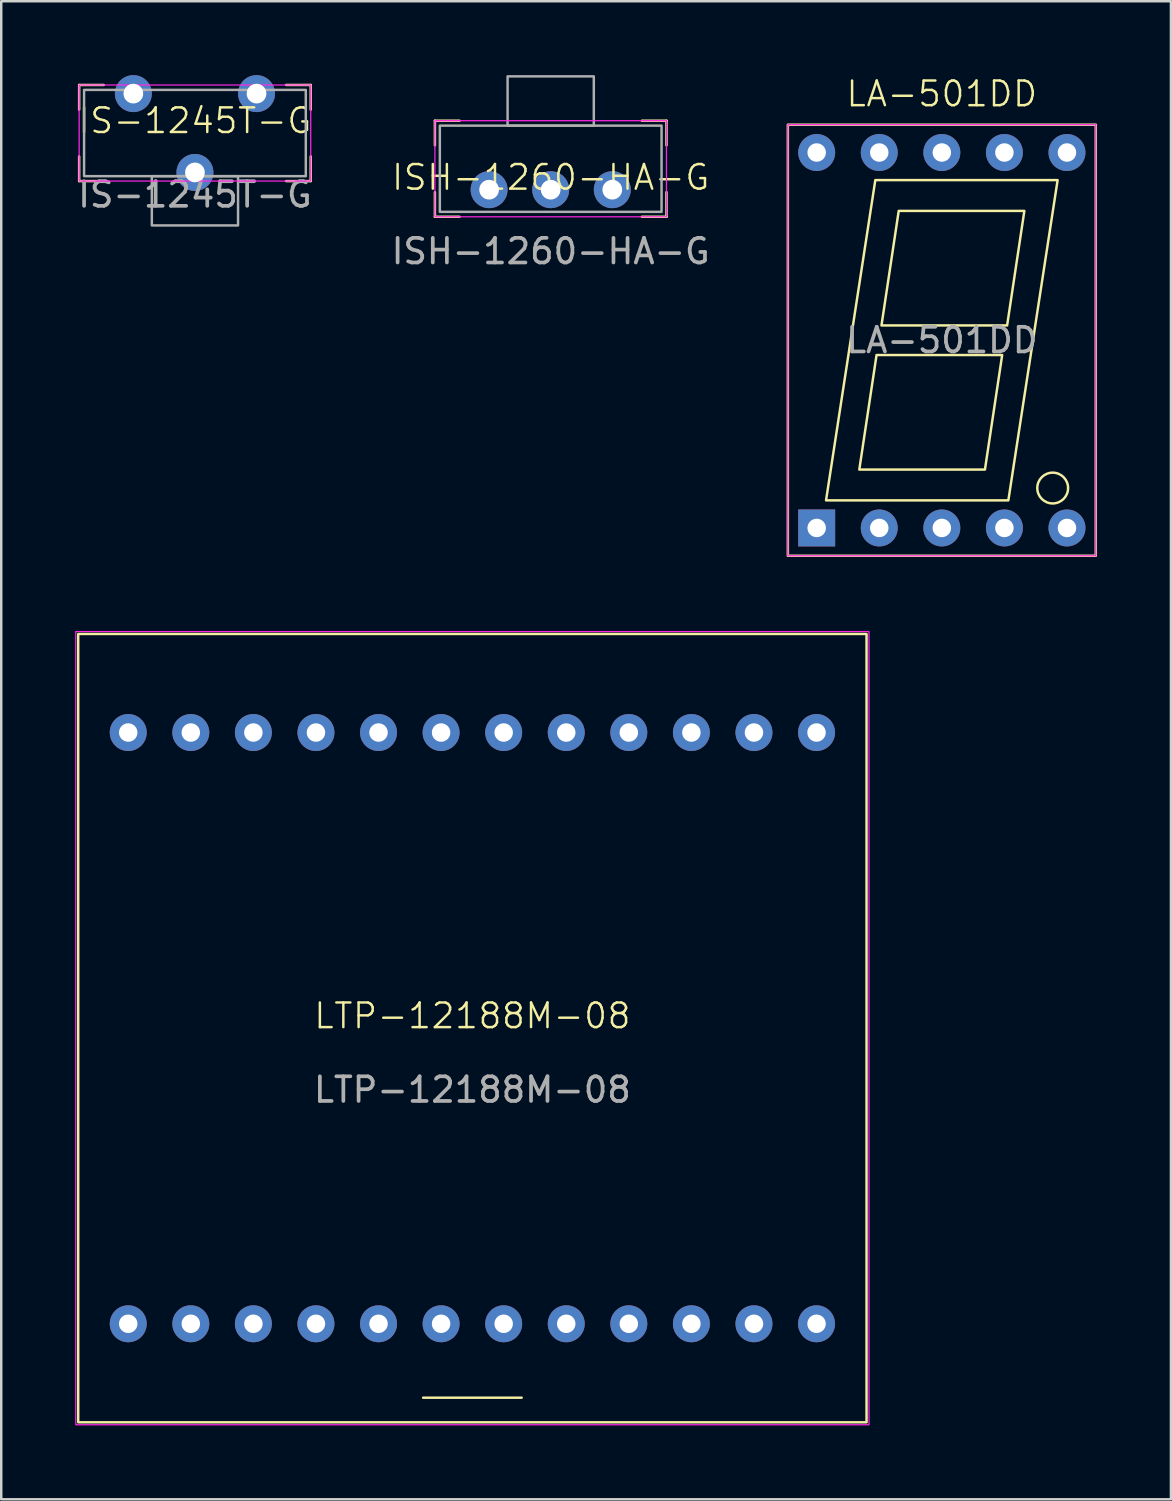
<source format=kicad_pcb>
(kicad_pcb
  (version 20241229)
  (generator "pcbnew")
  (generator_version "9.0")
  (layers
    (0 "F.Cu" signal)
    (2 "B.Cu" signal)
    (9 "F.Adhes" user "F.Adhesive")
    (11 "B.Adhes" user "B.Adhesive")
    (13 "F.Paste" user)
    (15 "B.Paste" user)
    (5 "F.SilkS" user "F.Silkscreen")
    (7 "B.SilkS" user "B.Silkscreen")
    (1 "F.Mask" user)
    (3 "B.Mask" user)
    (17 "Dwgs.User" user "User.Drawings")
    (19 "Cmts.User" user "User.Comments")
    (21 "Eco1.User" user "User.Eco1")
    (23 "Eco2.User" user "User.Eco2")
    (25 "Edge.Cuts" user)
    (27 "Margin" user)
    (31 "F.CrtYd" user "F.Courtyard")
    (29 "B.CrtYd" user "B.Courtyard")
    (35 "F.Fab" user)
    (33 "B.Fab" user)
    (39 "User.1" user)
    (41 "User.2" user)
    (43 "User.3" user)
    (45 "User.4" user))
  (footprint "LA-501DD"
    (layer "F.Cu")
    (at 35.181 10.761)
    (property "Reference" "LA-501DD" (at 0 -10 0) (unlocked yes) (layer "F.SilkS") (effects (font (size 1 1) (thickness 0.1))))
    (attr through_hole)
    (fp_rect (start -6.25 -8.75) (end 6.25 8.75) (stroke (width 0.1) (type default)) (fill no) (layer "F.SilkS"))
    (fp_circle (center 4.5 6) (end 5.125 6) (stroke (width 0.1) (type default)) (fill no) (layer "F.SilkS"))
    (fp_poly (pts (xy -2.7 -6.5) (xy -4.7 6.5) (xy 2.7 6.5) (xy 4.7 -6.5)) (stroke (width 0.1) (type solid)) (fill no) (layer "F.SilkS"))
    (fp_poly (pts (xy -2.65 0.6) (xy -3.35 5.25) (xy 1.75 5.25) (xy 2.45 0.6)) (stroke (width 0.1) (type solid)) (fill no) (layer "F.SilkS"))
    (fp_poly (pts (xy 2.65 -0.6) (xy 3.35 -5.25) (xy -1.75 -5.25) (xy -2.45 -0.6)) (stroke (width 0.1) (type solid)) (fill no) (layer "F.SilkS"))
    (fp_rect (start -6.25 -8.75) (end 6.25 8.75) (stroke (width 0.05) (type default)) (fill no) (layer "F.CrtYd"))
    (fp_text user "${REFERENCE}" (at 0 0 0) (unlocked yes) (layer "F.Fab") (effects (font (size 1 1) (thickness 0.15))))
    (pad "1" thru_hole rect (at -5.08 7.62) (size 1.5 1.5) (drill 0.75) (layers "*.Cu" "*.Mask"))
    (pad "2" thru_hole circle (at -2.54 7.62) (size 1.5 1.5) (drill 0.75) (layers "*.Cu" "*.Mask"))
    (pad "3" thru_hole circle (at 0 7.62) (size 1.5 1.5) (drill 0.75) (layers "*.Cu" "*.Mask"))
    (pad "4" thru_hole circle (at 2.54 7.62) (size 1.5 1.5) (drill 0.75) (layers "*.Cu" "*.Mask"))
    (pad "5" thru_hole circle (at 5.08 7.62) (size 1.5 1.5) (drill 0.75) (layers "*.Cu" "*.Mask"))
    (pad "6" thru_hole circle (at 5.08 -7.62) (size 1.5 1.5) (drill 0.75) (layers "*.Cu" "*.Mask"))
    (pad "7" thru_hole circle (at 2.54 -7.62) (size 1.5 1.5) (drill 0.75) (layers "*.Cu" "*.Mask"))
    (pad "8" thru_hole circle (at 0 -7.62) (size 1.5 1.5) (drill 0.75) (layers "*.Cu" "*.Mask"))
    (pad "9" thru_hole circle (at -2.54 -7.62) (size 1.5 1.5) (drill 0.75) (layers "*.Cu" "*.Mask"))
    (pad "10" thru_hole circle (at -5.08 -7.62) (size 1.5 1.5) (drill 0.75) (layers "*.Cu" "*.Mask")))
  (footprint "IS-1245T-G"
    (layer "F.Cu")
    (at 4.863 2.35)
    (property "Reference" "IS-1245T-G" (at 0 -0.5 0) (unlocked yes) (layer "F.SilkS") (effects (font (size 1 1) (thickness 0.1))))
    (attr through_hole)
    (fp_line (start -4.7 -1.95) (end -3.7 -1.95) (stroke (width 0.1) (type default)) (layer "F.SilkS"))
    (fp_line (start -4.7 -0.95) (end -4.7 -1.95) (stroke (width 0.1) (type default)) (layer "F.SilkS"))
    (fp_line (start -4.7 1.95) (end -4.7 0.95) (stroke (width 0.1) (type default)) (layer "F.SilkS"))
    (fp_line (start -3.7 1.95) (end -4.7 1.95) (stroke (width 0.1) (type default)) (layer "F.SilkS"))
    (fp_line (start 3.7 -1.95) (end 4.7 -1.95) (stroke (width 0.1) (type default)) (layer "F.SilkS"))
    (fp_line (start 4.7 -1.95) (end 4.7 -0.95) (stroke (width 0.1) (type default)) (layer "F.SilkS"))
    (fp_line (start 4.7 0.95) (end 4.7 1.95) (stroke (width 0.1) (type default)) (layer "F.SilkS"))
    (fp_line (start 4.7 1.95) (end 3.7 1.95) (stroke (width 0.1) (type default)) (layer "F.SilkS"))
    (fp_rect (start -4.7 -1.95) (end 4.7 1.95) (stroke (width 0.05) (type default)) (fill no) (layer "F.CrtYd"))
    (fp_rect (start -4.5 -1.75) (end 4.5 1.75) (stroke (width 0.1) (type solid)) (fill no) (layer "F.Fab"))
    (fp_rect (start -1.75 1.75) (end 1.75 3.75) (stroke (width 0.1) (type solid)) (fill no) (layer "F.Fab"))
    (fp_text user "${REFERENCE}" (at 0 2.5 0) (unlocked yes) (layer "F.Fab") (effects (font (size 1 1) (thickness 0.15))))
    (pad "1" thru_hole circle (at -2.5 -1.6) (size 1.5 1.5) (drill 0.8) (layers "*.Cu" "*.Mask"))
    (pad "2" thru_hole circle (at 0 1.6) (size 1.5 1.5) (drill 0.8) (layers "*.Cu" "*.Mask"))
    (pad "3" thru_hole circle (at 2.5 -1.6) (size 1.5 1.5) (drill 0.8) (layers "*.Cu" "*.Mask")))
  (footprint "LTP-12188M-08"
    (layer "F.Cu")
    (at 16.125 38.685)
    (property "Reference" "LTP-12188M-08" (at 0 -0.5 0) (unlocked yes) (layer "F.SilkS") (effects (font (size 1 1) (thickness 0.1))))
    (attr through_hole)
    (fp_line (start -2 15) (end 2 15) (stroke (width 0.1) (type default)) (layer "F.SilkS"))
    (fp_rect (start -16 -16) (end 16 16) (stroke (width 0.1) (type solid)) (fill no) (layer "F.SilkS"))
    (fp_rect (start -16.1 -16.1) (end 16.1 16.1) (stroke (width 0.05) (type solid)) (fill no) (layer "F.CrtYd"))
    (fp_text user "${REFERENCE}" (at 0 2.5 0) (unlocked yes) (layer "F.Fab") (effects (font (size 1 1) (thickness 0.15))))
    (pad "1" thru_hole circle (at -13.97 12) (size 1.5 1.5) (drill 0.75) (layers "*.Cu" "*.Mask"))
    (pad "2" thru_hole circle (at -11.43 12) (size 1.5 1.5) (drill 0.75) (layers "*.Cu" "*.Mask"))
    (pad "3" thru_hole circle (at -8.89 12) (size 1.5 1.5) (drill 0.75) (layers "*.Cu" "*.Mask"))
    (pad "4" thru_hole circle (at -6.35 12) (size 1.5 1.5) (drill 0.75) (layers "*.Cu" "*.Mask"))
    (pad "5" thru_hole circle (at -3.81 12) (size 1.5 1.5) (drill 0.75) (layers "*.Cu" "*.Mask"))
    (pad "6" thru_hole circle (at -1.27 12) (size 1.5 1.5) (drill 0.75) (layers "*.Cu" "*.Mask"))
    (pad "7" thru_hole circle (at 1.27 12) (size 1.5 1.5) (drill 0.75) (layers "*.Cu" "*.Mask"))
    (pad "8" thru_hole circle (at 3.81 12) (size 1.5 1.5) (drill 0.75) (layers "*.Cu" "*.Mask"))
    (pad "9" thru_hole circle (at 6.35 12) (size 1.5 1.5) (drill 0.75) (layers "*.Cu" "*.Mask"))
    (pad "10" thru_hole circle (at 8.89 12) (size 1.5 1.5) (drill 0.75) (layers "*.Cu" "*.Mask"))
    (pad "11" thru_hole circle (at 11.43 12) (size 1.5 1.5) (drill 0.75) (layers "*.Cu" "*.Mask"))
    (pad "12" thru_hole circle (at 13.97 12) (size 1.5 1.5) (drill 0.75) (layers "*.Cu" "*.Mask"))
    (pad "13" thru_hole circle (at 13.97 -12) (size 1.5 1.5) (drill 0.75) (layers "*.Cu" "*.Mask"))
    (pad "14" thru_hole circle (at 11.43 -12) (size 1.5 1.5) (drill 0.75) (layers "*.Cu" "*.Mask"))
    (pad "15" thru_hole circle (at 8.89 -12) (size 1.5 1.5) (drill 0.75) (layers "*.Cu" "*.Mask"))
    (pad "16" thru_hole circle (at 6.35 -12) (size 1.5 1.5) (drill 0.75) (layers "*.Cu" "*.Mask"))
    (pad "17" thru_hole circle (at 3.81 -12) (size 1.5 1.5) (drill 0.75) (layers "*.Cu" "*.Mask"))
    (pad "18" thru_hole circle (at 1.27 -12) (size 1.5 1.5) (drill 0.75) (layers "*.Cu" "*.Mask"))
    (pad "19" thru_hole circle (at -1.27 -12) (size 1.5 1.5) (drill 0.75) (layers "*.Cu" "*.Mask"))
    (pad "20" thru_hole circle (at -3.81 -12) (size 1.5 1.5) (drill 0.75) (layers "*.Cu" "*.Mask"))
    (pad "21" thru_hole circle (at -6.35 -12) (size 1.5 1.5) (drill 0.75) (layers "*.Cu" "*.Mask"))
    (pad "22" thru_hole circle (at -8.89 -12) (size 1.5 1.5) (drill 0.75) (layers "*.Cu" "*.Mask"))
    (pad "23" thru_hole circle (at -11.43 -12) (size 1.5 1.5) (drill 0.75) (layers "*.Cu" "*.Mask"))
    (pad "24" thru_hole circle (at -13.97 -12) (size 1.5 1.5) (drill 0.75) (layers "*.Cu" "*.Mask")))
  (footprint "ISH-1260-HA-G"
    (layer "F.Cu")
    (at 19.304 4.65)
    (property "Reference" "ISH-1260-HA-G" (at 0 -0.5 0) (unlocked yes) (layer "F.SilkS") (effects (font (size 1 1) (thickness 0.1))))
    (attr through_hole)
    (fp_line (start -4.7 -2.8) (end -3.7 -2.8) (stroke (width 0.1) (type default)) (layer "F.SilkS"))
    (fp_line (start -4.7 -1.8) (end -4.7 -2.8) (stroke (width 0.1) (type default)) (layer "F.SilkS"))
    (fp_line (start -4.7 1.1) (end -4.7 0.1) (stroke (width 0.1) (type default)) (layer "F.SilkS"))
    (fp_line (start -3.7 1.1) (end -4.7 1.1) (stroke (width 0.1) (type default)) (layer "F.SilkS"))
    (fp_line (start 3.7 -2.8) (end 4.7 -2.8) (stroke (width 0.1) (type default)) (layer "F.SilkS"))
    (fp_line (start 4.7 -2.8) (end 4.7 -1.8) (stroke (width 0.1) (type default)) (layer "F.SilkS"))
    (fp_line (start 4.7 0.1) (end 4.7 1.1) (stroke (width 0.1) (type default)) (layer "F.SilkS"))
    (fp_line (start 4.7 1.1) (end 3.7 1.1) (stroke (width 0.1) (type default)) (layer "F.SilkS"))
    (fp_rect (start -4.7 -2.8) (end 4.7 1.1) (stroke (width 0.05) (type default)) (fill no) (layer "F.CrtYd"))
    (fp_rect (start -4.5 -2.6) (end 4.5 0.9) (stroke (width 0.1) (type solid)) (fill no) (layer "F.Fab"))
    (fp_rect (start -1.75 -4.6) (end 1.75 -2.6) (stroke (width 0.1) (type solid)) (fill no) (layer "F.Fab"))
    (fp_text user "${REFERENCE}" (at 0 2.5 0) (unlocked yes) (layer "F.Fab") (effects (font (size 1 1) (thickness 0.15))))
    (pad "1" thru_hole circle (at -2.5 0) (size 1.5 1.5) (drill 0.8) (layers "*.Cu" "*.Mask"))
    (pad "2" thru_hole circle (at 0 0) (size 1.5 1.5) (drill 0.8) (layers "*.Cu" "*.Mask"))
    (pad "3" thru_hole circle (at 2.5 0) (size 1.5 1.5) (drill 0.8) (layers "*.Cu" "*.Mask")))
  (gr_rect
    (start -3 -3)
    (end 44.481 57.81)
    (stroke (width 0.1) (type default))
    (fill no)
    (layer "Edge.Cuts")))
</source>
